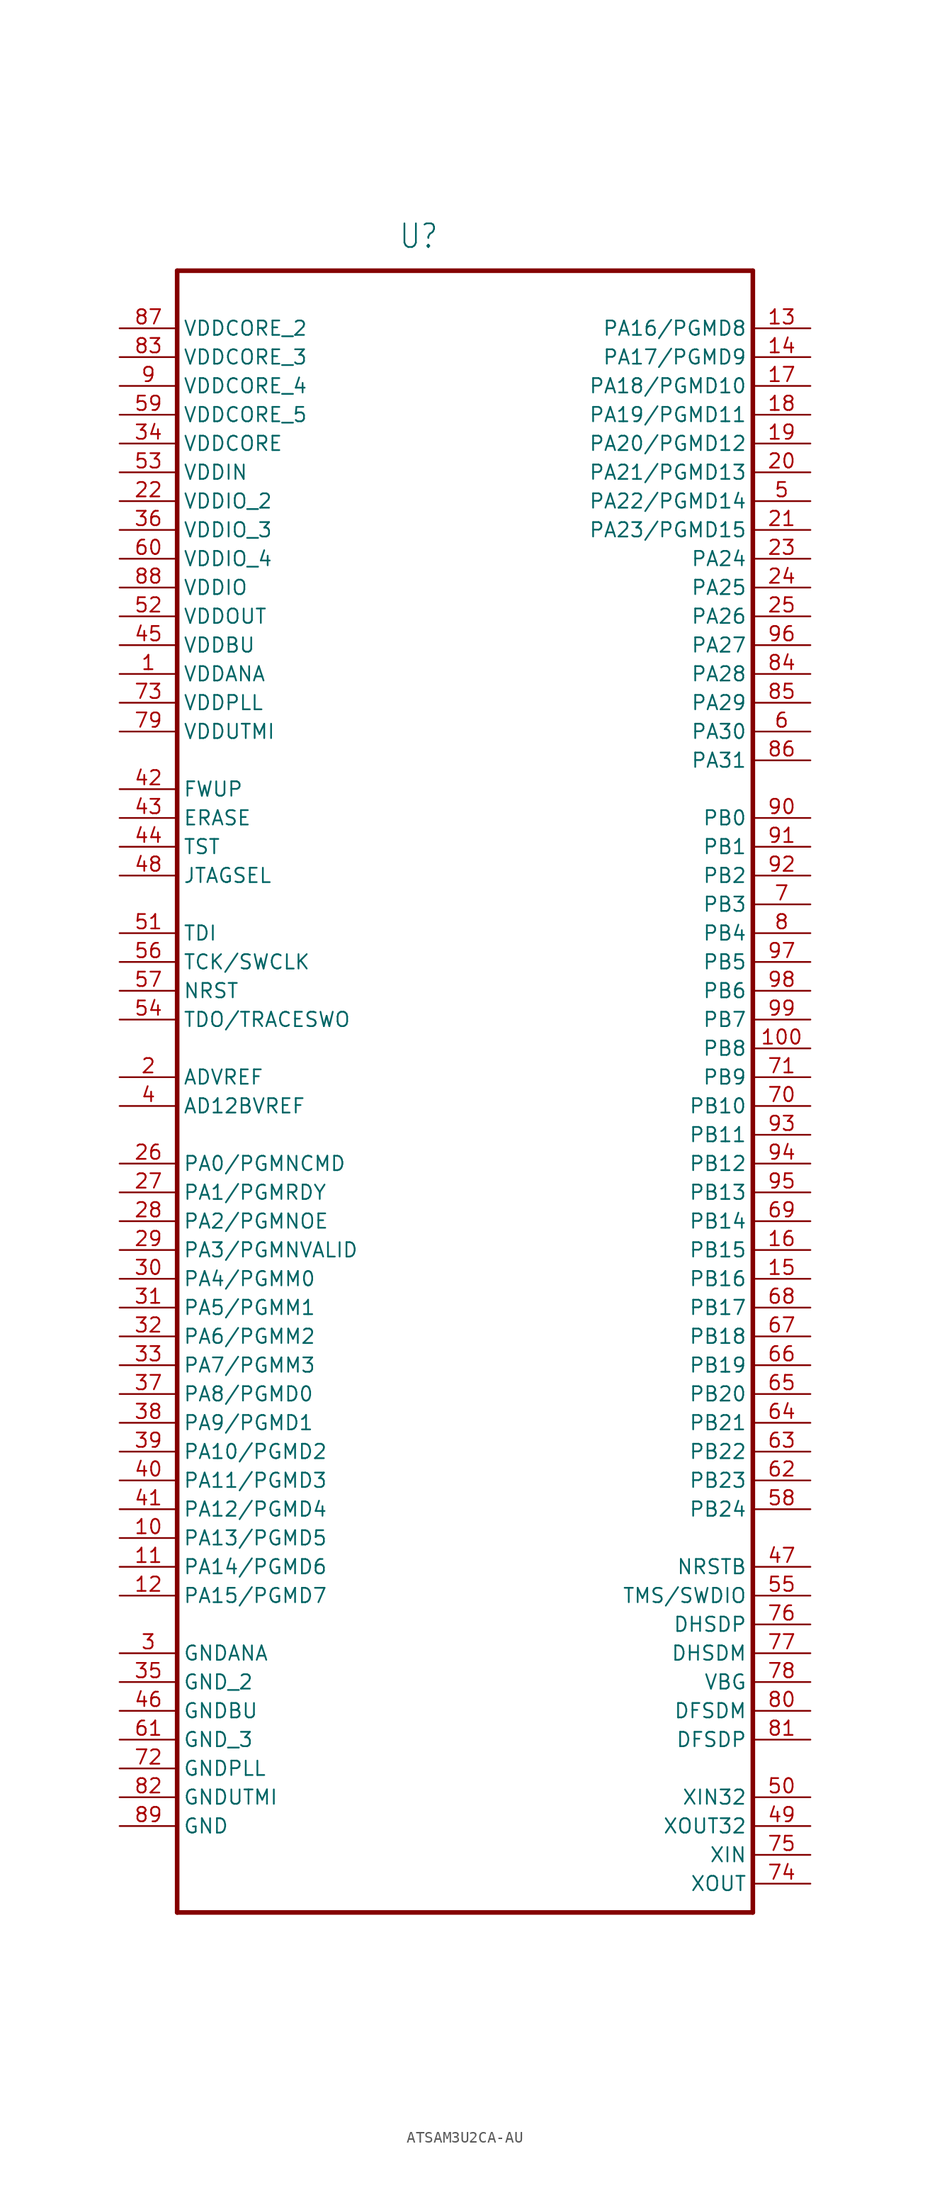
<source format=kicad_sym>
(kicad_symbol_lib
  (version 20220914)
  (generator kicad_symbol_editor)
  (symbol "ATSAM3U2CA-AU"
    (property "Reference" "U"
      (at -5.867 70.409 0)
      (effects (font (size 2.083 1.77)) (justify left bottom)))
    (property "Value" ""
      (at -4.013 -79.705 0)
      (effects (font (size 2.083 1.77)) (justify left bottom)))
    (property "ki_locked" ""
      (at 0 0 0)
      (effects (font (size 1.27 1.27))))
    (symbol "ATSAM3U2CA-AU_1_0"
      (polyline (pts (xy -25.4 -76.2) (xy 25.4 -76.2)) (stroke (width 0.406) (type solid)) (fill (type none)))
      (polyline (pts (xy -25.4 68.58) (xy -25.4 -76.2)) (stroke (width 0.406) (type solid)) (fill (type none)))
      (polyline (pts (xy 25.4 -76.2) (xy 25.4 68.58)) (stroke (width 0.406) (type solid)) (fill (type none)))
      (polyline (pts (xy 25.4 68.58) (xy -25.4 68.58)) (stroke (width 0.406) (type solid)) (fill (type none)))
      (pin power_in line (at -30.48 33.02 0) (length 5.08) (name "VDDANA" (effects (font (size 1.27 1.27)))) (number "1" (effects (font (size 1.27 1.27)))))
      (pin bidirectional line (at -30.48 -43.18 0) (length 5.08) (name "PA13/PGMD5" (effects (font (size 1.27 1.27)))) (number "10" (effects (font (size 1.27 1.27)))))
      (pin bidirectional line (at 30.48 0 180) (length 5.08) (name "PB8" (effects (font (size 1.27 1.27)))) (number "100" (effects (font (size 1.27 1.27)))))
      (pin bidirectional line (at -30.48 -45.72 0) (length 5.08) (name "PA14/PGMD6" (effects (font (size 1.27 1.27)))) (number "11" (effects (font (size 1.27 1.27)))))
      (pin bidirectional line (at -30.48 -48.26 0) (length 5.08) (name "PA15/PGMD7" (effects (font (size 1.27 1.27)))) (number "12" (effects (font (size 1.27 1.27)))))
      (pin bidirectional line (at 30.48 63.5 180) (length 5.08) (name "PA16/PGMD8" (effects (font (size 1.27 1.27)))) (number "13" (effects (font (size 1.27 1.27)))))
      (pin bidirectional line (at 30.48 60.96 180) (length 5.08) (name "PA17/PGMD9" (effects (font (size 1.27 1.27)))) (number "14" (effects (font (size 1.27 1.27)))))
      (pin bidirectional line (at 30.48 -20.32 180) (length 5.08) (name "PB16" (effects (font (size 1.27 1.27)))) (number "15" (effects (font (size 1.27 1.27)))))
      (pin bidirectional line (at 30.48 -17.78 180) (length 5.08) (name "PB15" (effects (font (size 1.27 1.27)))) (number "16" (effects (font (size 1.27 1.27)))))
      (pin bidirectional line (at 30.48 58.42 180) (length 5.08) (name "PA18/PGMD10" (effects (font (size 1.27 1.27)))) (number "17" (effects (font (size 1.27 1.27)))))
      (pin bidirectional line (at 30.48 55.88 180) (length 5.08) (name "PA19/PGMD11" (effects (font (size 1.27 1.27)))) (number "18" (effects (font (size 1.27 1.27)))))
      (pin bidirectional line (at 30.48 53.34 180) (length 5.08) (name "PA20/PGMD12" (effects (font (size 1.27 1.27)))) (number "19" (effects (font (size 1.27 1.27)))))
      (pin passive line (at -30.48 -2.54 0) (length 5.08) (name "ADVREF" (effects (font (size 1.27 1.27)))) (number "2" (effects (font (size 1.27 1.27)))))
      (pin bidirectional line (at 30.48 50.8 180) (length 5.08) (name "PA21/PGMD13" (effects (font (size 1.27 1.27)))) (number "20" (effects (font (size 1.27 1.27)))))
      (pin bidirectional line (at 30.48 45.72 180) (length 5.08) (name "PA23/PGMD15" (effects (font (size 1.27 1.27)))) (number "21" (effects (font (size 1.27 1.27)))))
      (pin power_in line (at -30.48 48.26 0) (length 5.08) (name "VDDIO_2" (effects (font (size 1.27 1.27)))) (number "22" (effects (font (size 1.27 1.27)))))
      (pin bidirectional line (at 30.48 43.18 180) (length 5.08) (name "PA24" (effects (font (size 1.27 1.27)))) (number "23" (effects (font (size 1.27 1.27)))))
      (pin bidirectional line (at 30.48 40.64 180) (length 5.08) (name "PA25" (effects (font (size 1.27 1.27)))) (number "24" (effects (font (size 1.27 1.27)))))
      (pin bidirectional line (at 30.48 38.1 180) (length 5.08) (name "PA26" (effects (font (size 1.27 1.27)))) (number "25" (effects (font (size 1.27 1.27)))))
      (pin bidirectional line (at -30.48 -10.16 0) (length 5.08) (name "PA0/PGMNCMD" (effects (font (size 1.27 1.27)))) (number "26" (effects (font (size 1.27 1.27)))))
      (pin bidirectional line (at -30.48 -12.7 0) (length 5.08) (name "PA1/PGMRDY" (effects (font (size 1.27 1.27)))) (number "27" (effects (font (size 1.27 1.27)))))
      (pin bidirectional line (at -30.48 -15.24 0) (length 5.08) (name "PA2/PGMNOE" (effects (font (size 1.27 1.27)))) (number "28" (effects (font (size 1.27 1.27)))))
      (pin bidirectional line (at -30.48 -17.78 0) (length 5.08) (name "PA3/PGMNVALID" (effects (font (size 1.27 1.27)))) (number "29" (effects (font (size 1.27 1.27)))))
      (pin passive line (at -30.48 -53.34 0) (length 5.08) (name "GNDANA" (effects (font (size 1.27 1.27)))) (number "3" (effects (font (size 1.27 1.27)))))
      (pin bidirectional line (at -30.48 -20.32 0) (length 5.08) (name "PA4/PGMM0" (effects (font (size 1.27 1.27)))) (number "30" (effects (font (size 1.27 1.27)))))
      (pin bidirectional line (at -30.48 -22.86 0) (length 5.08) (name "PA5/PGMM1" (effects (font (size 1.27 1.27)))) (number "31" (effects (font (size 1.27 1.27)))))
      (pin bidirectional line (at -30.48 -25.4 0) (length 5.08) (name "PA6/PGMM2" (effects (font (size 1.27 1.27)))) (number "32" (effects (font (size 1.27 1.27)))))
      (pin bidirectional line (at -30.48 -27.94 0) (length 5.08) (name "PA7/PGMM3" (effects (font (size 1.27 1.27)))) (number "33" (effects (font (size 1.27 1.27)))))
      (pin power_in line (at -30.48 53.34 0) (length 5.08) (name "VDDCORE" (effects (font (size 1.27 1.27)))) (number "34" (effects (font (size 1.27 1.27)))))
      (pin passive line (at -30.48 -55.88 0) (length 5.08) (name "GND_2" (effects (font (size 1.27 1.27)))) (number "35" (effects (font (size 1.27 1.27)))))
      (pin power_in line (at -30.48 45.72 0) (length 5.08) (name "VDDIO_3" (effects (font (size 1.27 1.27)))) (number "36" (effects (font (size 1.27 1.27)))))
      (pin bidirectional line (at -30.48 -30.48 0) (length 5.08) (name "PA8/PGMD0" (effects (font (size 1.27 1.27)))) (number "37" (effects (font (size 1.27 1.27)))))
      (pin bidirectional line (at -30.48 -33.02 0) (length 5.08) (name "PA9/PGMD1" (effects (font (size 1.27 1.27)))) (number "38" (effects (font (size 1.27 1.27)))))
      (pin bidirectional line (at -30.48 -35.56 0) (length 5.08) (name "PA10/PGMD2" (effects (font (size 1.27 1.27)))) (number "39" (effects (font (size 1.27 1.27)))))
      (pin passive line (at -30.48 -5.08 0) (length 5.08) (name "AD12BVREF" (effects (font (size 1.27 1.27)))) (number "4" (effects (font (size 1.27 1.27)))))
      (pin bidirectional line (at -30.48 -38.1 0) (length 5.08) (name "PA11/PGMD3" (effects (font (size 1.27 1.27)))) (number "40" (effects (font (size 1.27 1.27)))))
      (pin bidirectional line (at -30.48 -40.64 0) (length 5.08) (name "PA12/PGMD4" (effects (font (size 1.27 1.27)))) (number "41" (effects (font (size 1.27 1.27)))))
      (pin input line (at -30.48 22.86 0) (length 5.08) (name "FWUP" (effects (font (size 1.27 1.27)))) (number "42" (effects (font (size 1.27 1.27)))))
      (pin input line (at -30.48 20.32 0) (length 5.08) (name "ERASE" (effects (font (size 1.27 1.27)))) (number "43" (effects (font (size 1.27 1.27)))))
      (pin input line (at -30.48 17.78 0) (length 5.08) (name "TST" (effects (font (size 1.27 1.27)))) (number "44" (effects (font (size 1.27 1.27)))))
      (pin power_in line (at -30.48 35.56 0) (length 5.08) (name "VDDBU" (effects (font (size 1.27 1.27)))) (number "45" (effects (font (size 1.27 1.27)))))
      (pin passive line (at -30.48 -58.42 0) (length 5.08) (name "GNDBU" (effects (font (size 1.27 1.27)))) (number "46" (effects (font (size 1.27 1.27)))))
      (pin bidirectional line (at 30.48 -45.72 180) (length 5.08) (name "NRSTB" (effects (font (size 1.27 1.27)))) (number "47" (effects (font (size 1.27 1.27)))))
      (pin input line (at -30.48 15.24 0) (length 5.08) (name "JTAGSEL" (effects (font (size 1.27 1.27)))) (number "48" (effects (font (size 1.27 1.27)))))
      (pin output line (at 30.48 -68.58 180) (length 5.08) (name "XOUT32" (effects (font (size 1.27 1.27)))) (number "49" (effects (font (size 1.27 1.27)))))
      (pin bidirectional line (at 30.48 48.26 180) (length 5.08) (name "PA22/PGMD14" (effects (font (size 1.27 1.27)))) (number "5" (effects (font (size 1.27 1.27)))))
      (pin input line (at 30.48 -66.04 180) (length 5.08) (name "XIN32" (effects (font (size 1.27 1.27)))) (number "50" (effects (font (size 1.27 1.27)))))
      (pin input line (at -30.48 10.16 0) (length 5.08) (name "TDI" (effects (font (size 1.27 1.27)))) (number "51" (effects (font (size 1.27 1.27)))))
      (pin power_in line (at -30.48 38.1 0) (length 5.08) (name "VDDOUT" (effects (font (size 1.27 1.27)))) (number "52" (effects (font (size 1.27 1.27)))))
      (pin power_in line (at -30.48 50.8 0) (length 5.08) (name "VDDIN" (effects (font (size 1.27 1.27)))) (number "53" (effects (font (size 1.27 1.27)))))
      (pin output line (at -30.48 2.54 0) (length 5.08) (name "TDO/TRACESWO" (effects (font (size 1.27 1.27)))) (number "54" (effects (font (size 1.27 1.27)))))
      (pin bidirectional line (at 30.48 -48.26 180) (length 5.08) (name "TMS/SWDIO" (effects (font (size 1.27 1.27)))) (number "55" (effects (font (size 1.27 1.27)))))
      (pin input line (at -30.48 7.62 0) (length 5.08) (name "TCK/SWCLK" (effects (font (size 1.27 1.27)))) (number "56" (effects (font (size 1.27 1.27)))))
      (pin input line (at -30.48 5.08 0) (length 5.08) (name "NRST" (effects (font (size 1.27 1.27)))) (number "57" (effects (font (size 1.27 1.27)))))
      (pin bidirectional line (at 30.48 -40.64 180) (length 5.08) (name "PB24" (effects (font (size 1.27 1.27)))) (number "58" (effects (font (size 1.27 1.27)))))
      (pin power_in line (at -30.48 55.88 0) (length 5.08) (name "VDDCORE_5" (effects (font (size 1.27 1.27)))) (number "59" (effects (font (size 1.27 1.27)))))
      (pin bidirectional line (at 30.48 27.94 180) (length 5.08) (name "PA30" (effects (font (size 1.27 1.27)))) (number "6" (effects (font (size 1.27 1.27)))))
      (pin power_in line (at -30.48 43.18 0) (length 5.08) (name "VDDIO_4" (effects (font (size 1.27 1.27)))) (number "60" (effects (font (size 1.27 1.27)))))
      (pin passive line (at -30.48 -60.96 0) (length 5.08) (name "GND_3" (effects (font (size 1.27 1.27)))) (number "61" (effects (font (size 1.27 1.27)))))
      (pin bidirectional line (at 30.48 -38.1 180) (length 5.08) (name "PB23" (effects (font (size 1.27 1.27)))) (number "62" (effects (font (size 1.27 1.27)))))
      (pin bidirectional line (at 30.48 -35.56 180) (length 5.08) (name "PB22" (effects (font (size 1.27 1.27)))) (number "63" (effects (font (size 1.27 1.27)))))
      (pin bidirectional line (at 30.48 -33.02 180) (length 5.08) (name "PB21" (effects (font (size 1.27 1.27)))) (number "64" (effects (font (size 1.27 1.27)))))
      (pin bidirectional line (at 30.48 -30.48 180) (length 5.08) (name "PB20" (effects (font (size 1.27 1.27)))) (number "65" (effects (font (size 1.27 1.27)))))
      (pin bidirectional line (at 30.48 -27.94 180) (length 5.08) (name "PB19" (effects (font (size 1.27 1.27)))) (number "66" (effects (font (size 1.27 1.27)))))
      (pin bidirectional line (at 30.48 -25.4 180) (length 5.08) (name "PB18" (effects (font (size 1.27 1.27)))) (number "67" (effects (font (size 1.27 1.27)))))
      (pin bidirectional line (at 30.48 -22.86 180) (length 5.08) (name "PB17" (effects (font (size 1.27 1.27)))) (number "68" (effects (font (size 1.27 1.27)))))
      (pin bidirectional line (at 30.48 -15.24 180) (length 5.08) (name "PB14" (effects (font (size 1.27 1.27)))) (number "69" (effects (font (size 1.27 1.27)))))
      (pin bidirectional line (at 30.48 12.7 180) (length 5.08) (name "PB3" (effects (font (size 1.27 1.27)))) (number "7" (effects (font (size 1.27 1.27)))))
      (pin bidirectional line (at 30.48 -5.08 180) (length 5.08) (name "PB10" (effects (font (size 1.27 1.27)))) (number "70" (effects (font (size 1.27 1.27)))))
      (pin bidirectional line (at 30.48 -2.54 180) (length 5.08) (name "PB9" (effects (font (size 1.27 1.27)))) (number "71" (effects (font (size 1.27 1.27)))))
      (pin passive line (at -30.48 -63.5 0) (length 5.08) (name "GNDPLL" (effects (font (size 1.27 1.27)))) (number "72" (effects (font (size 1.27 1.27)))))
      (pin power_in line (at -30.48 30.48 0) (length 5.08) (name "VDDPLL" (effects (font (size 1.27 1.27)))) (number "73" (effects (font (size 1.27 1.27)))))
      (pin output line (at 30.48 -73.66 180) (length 5.08) (name "XOUT" (effects (font (size 1.27 1.27)))) (number "74" (effects (font (size 1.27 1.27)))))
      (pin input line (at 30.48 -71.12 180) (length 5.08) (name "XIN" (effects (font (size 1.27 1.27)))) (number "75" (effects (font (size 1.27 1.27)))))
      (pin bidirectional line (at 30.48 -50.8 180) (length 5.08) (name "DHSDP" (effects (font (size 1.27 1.27)))) (number "76" (effects (font (size 1.27 1.27)))))
      (pin bidirectional line (at 30.48 -53.34 180) (length 5.08) (name "DHSDM" (effects (font (size 1.27 1.27)))) (number "77" (effects (font (size 1.27 1.27)))))
      (pin bidirectional line (at 30.48 -55.88 180) (length 5.08) (name "VBG" (effects (font (size 1.27 1.27)))) (number "78" (effects (font (size 1.27 1.27)))))
      (pin power_in line (at -30.48 27.94 0) (length 5.08) (name "VDDUTMI" (effects (font (size 1.27 1.27)))) (number "79" (effects (font (size 1.27 1.27)))))
      (pin bidirectional line (at 30.48 10.16 180) (length 5.08) (name "PB4" (effects (font (size 1.27 1.27)))) (number "8" (effects (font (size 1.27 1.27)))))
      (pin bidirectional line (at 30.48 -58.42 180) (length 5.08) (name "DFSDM" (effects (font (size 1.27 1.27)))) (number "80" (effects (font (size 1.27 1.27)))))
      (pin bidirectional line (at 30.48 -60.96 180) (length 5.08) (name "DFSDP" (effects (font (size 1.27 1.27)))) (number "81" (effects (font (size 1.27 1.27)))))
      (pin passive line (at -30.48 -66.04 0) (length 5.08) (name "GNDUTMI" (effects (font (size 1.27 1.27)))) (number "82" (effects (font (size 1.27 1.27)))))
      (pin power_in line (at -30.48 60.96 0) (length 5.08) (name "VDDCORE_3" (effects (font (size 1.27 1.27)))) (number "83" (effects (font (size 1.27 1.27)))))
      (pin bidirectional line (at 30.48 33.02 180) (length 5.08) (name "PA28" (effects (font (size 1.27 1.27)))) (number "84" (effects (font (size 1.27 1.27)))))
      (pin bidirectional line (at 30.48 30.48 180) (length 5.08) (name "PA29" (effects (font (size 1.27 1.27)))) (number "85" (effects (font (size 1.27 1.27)))))
      (pin bidirectional line (at 30.48 25.4 180) (length 5.08) (name "PA31" (effects (font (size 1.27 1.27)))) (number "86" (effects (font (size 1.27 1.27)))))
      (pin power_in line (at -30.48 63.5 0) (length 5.08) (name "VDDCORE_2" (effects (font (size 1.27 1.27)))) (number "87" (effects (font (size 1.27 1.27)))))
      (pin power_in line (at -30.48 40.64 0) (length 5.08) (name "VDDIO" (effects (font (size 1.27 1.27)))) (number "88" (effects (font (size 1.27 1.27)))))
      (pin passive line (at -30.48 -68.58 0) (length 5.08) (name "GND" (effects (font (size 1.27 1.27)))) (number "89" (effects (font (size 1.27 1.27)))))
      (pin power_in line (at -30.48 58.42 0) (length 5.08) (name "VDDCORE_4" (effects (font (size 1.27 1.27)))) (number "9" (effects (font (size 1.27 1.27)))))
      (pin bidirectional line (at 30.48 20.32 180) (length 5.08) (name "PB0" (effects (font (size 1.27 1.27)))) (number "90" (effects (font (size 1.27 1.27)))))
      (pin bidirectional line (at 30.48 17.78 180) (length 5.08) (name "PB1" (effects (font (size 1.27 1.27)))) (number "91" (effects (font (size 1.27 1.27)))))
      (pin bidirectional line (at 30.48 15.24 180) (length 5.08) (name "PB2" (effects (font (size 1.27 1.27)))) (number "92" (effects (font (size 1.27 1.27)))))
      (pin bidirectional line (at 30.48 -7.62 180) (length 5.08) (name "PB11" (effects (font (size 1.27 1.27)))) (number "93" (effects (font (size 1.27 1.27)))))
      (pin bidirectional line (at 30.48 -10.16 180) (length 5.08) (name "PB12" (effects (font (size 1.27 1.27)))) (number "94" (effects (font (size 1.27 1.27)))))
      (pin bidirectional line (at 30.48 -12.7 180) (length 5.08) (name "PB13" (effects (font (size 1.27 1.27)))) (number "95" (effects (font (size 1.27 1.27)))))
      (pin bidirectional line (at 30.48 35.56 180) (length 5.08) (name "PA27" (effects (font (size 1.27 1.27)))) (number "96" (effects (font (size 1.27 1.27)))))
      (pin bidirectional line (at 30.48 7.62 180) (length 5.08) (name "PB5" (effects (font (size 1.27 1.27)))) (number "97" (effects (font (size 1.27 1.27)))))
      (pin bidirectional line (at 30.48 5.08 180) (length 5.08) (name "PB6" (effects (font (size 1.27 1.27)))) (number "98" (effects (font (size 1.27 1.27)))))
      (pin bidirectional line (at 30.48 2.54 180) (length 5.08) (name "PB7" (effects (font (size 1.27 1.27)))) (number "99" (effects (font (size 1.27 1.27))))))))
</source>
